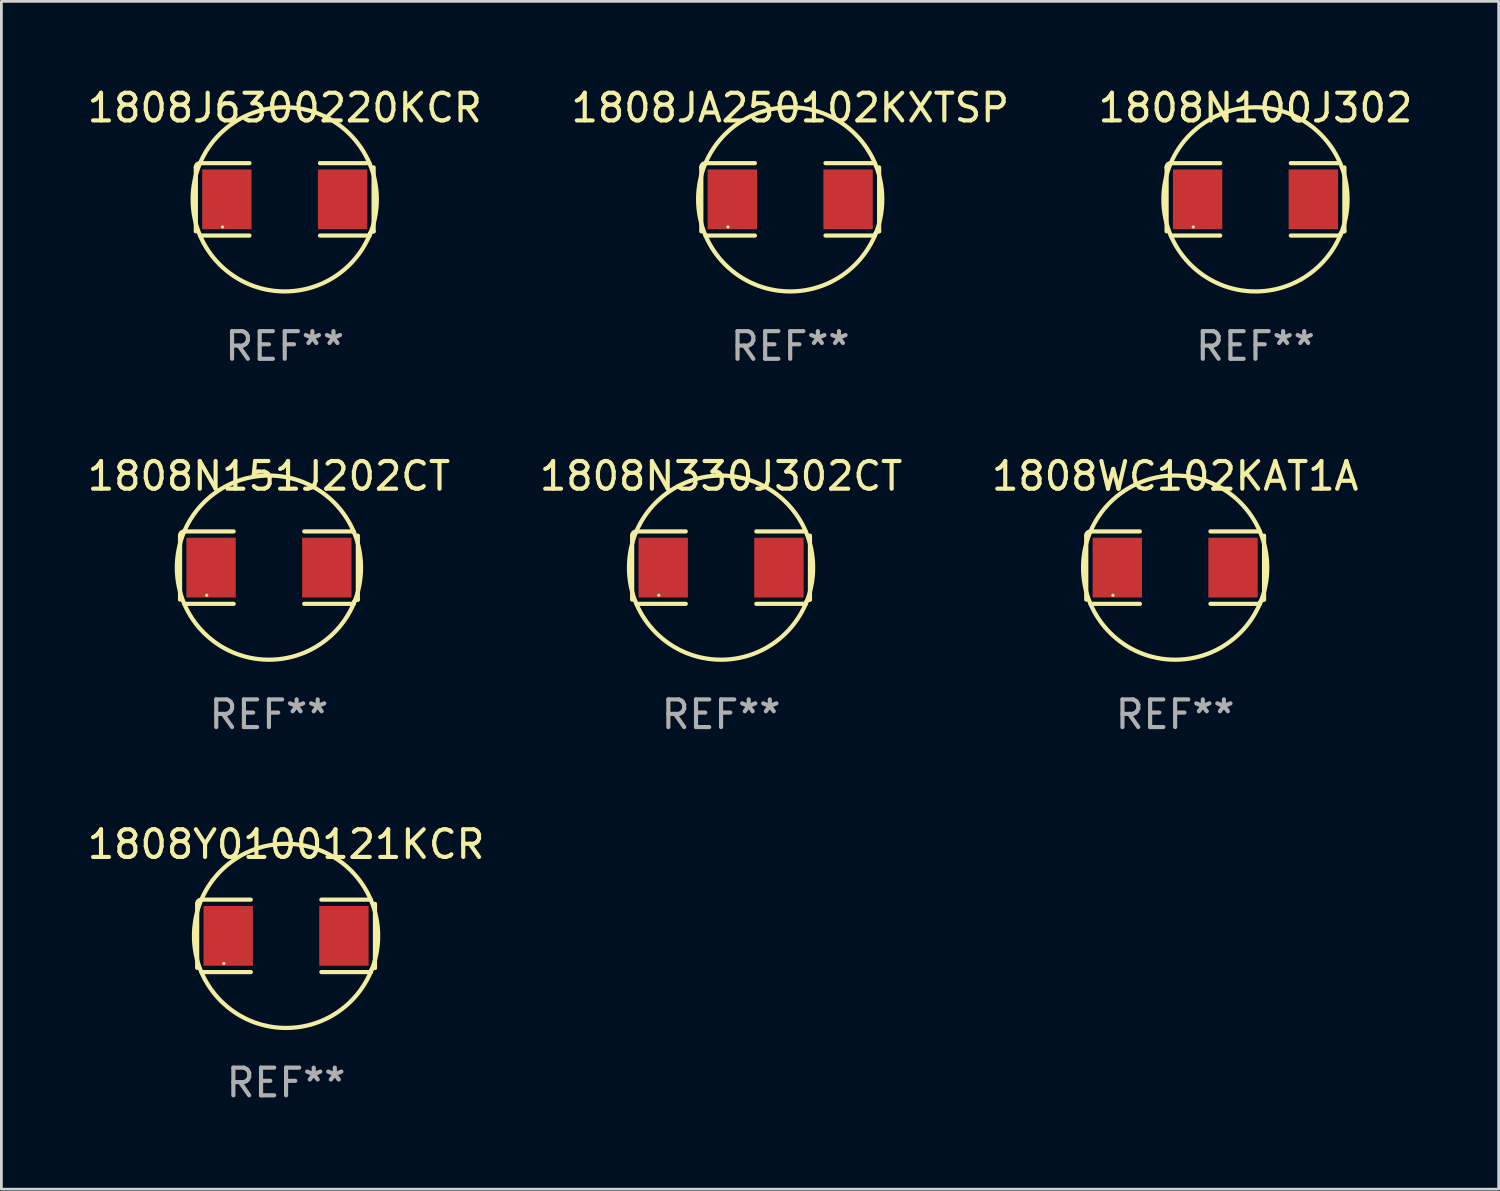
<source format=kicad_pcb>
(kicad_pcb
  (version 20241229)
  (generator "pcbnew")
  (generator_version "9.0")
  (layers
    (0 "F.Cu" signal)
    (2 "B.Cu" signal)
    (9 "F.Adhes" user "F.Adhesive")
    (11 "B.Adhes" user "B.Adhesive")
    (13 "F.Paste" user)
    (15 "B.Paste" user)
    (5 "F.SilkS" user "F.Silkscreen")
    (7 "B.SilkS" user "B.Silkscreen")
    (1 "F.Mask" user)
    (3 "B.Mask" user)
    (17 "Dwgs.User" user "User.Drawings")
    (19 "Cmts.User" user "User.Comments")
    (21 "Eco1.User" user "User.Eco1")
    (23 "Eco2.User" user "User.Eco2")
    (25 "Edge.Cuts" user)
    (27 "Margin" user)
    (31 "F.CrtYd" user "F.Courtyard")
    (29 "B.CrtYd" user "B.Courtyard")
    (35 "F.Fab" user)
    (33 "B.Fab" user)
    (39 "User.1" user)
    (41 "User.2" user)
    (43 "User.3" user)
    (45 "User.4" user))
  (footprint "1808WC102KAT1A"
    (layer "F.Cu")
    (at 39.435 17.471)
    (property "Reference" "1808WC102KAT1A" (at 0 -3.309 0) (layer "F.SilkS") (effects (font (size 1 1) (thickness 0.15))))
    (attr through_hole)
    (fp_line (start -3.214 -1.156) (end -3.214 1.156) (stroke (width 0.152) (type solid)) (layer "F.SilkS"))
    (fp_line (start -3.061 1.309) (end -1.276 1.309) (stroke (width 0.152) (type solid)) (layer "F.SilkS"))
    (fp_line (start -1.276 -1.309) (end -3.061 -1.309) (stroke (width 0.152) (type solid)) (layer "F.SilkS"))
    (fp_line (start 1.276 -1.309) (end 3.061 -1.309) (stroke (width 0.152) (type solid)) (layer "F.SilkS"))
    (fp_line (start 3.061 1.309) (end 1.276 1.309) (stroke (width 0.152) (type solid)) (layer "F.SilkS"))
    (fp_line (start 3.214 -1.156) (end 3.214 1.156) (stroke (width 0.152) (type solid)) (layer "F.SilkS"))
    (fp_arc (start -3.21359 -1.15621) (mid -3.168953 -1.263974) (end -3.061189 -1.308611) (stroke (width 0.1524) (type solid)) (layer "F.SilkS"))
    (fp_arc (start 3.061188 1.308611) (mid 3.105825 1.200847) (end 3.213589 1.15621) (stroke (width 0.1524) (type solid)) (layer "F.SilkS"))
    (fp_arc (start 3.061189 -1.308611) (mid -3.061167 1.308589) (end 3.061189 -1.308611) (stroke (width 0.1524) (type solid)) (layer "F.SilkS"))
    (fp_circle (center -2.25 1) (end -2.22 1) (stroke (width 0.06) (type solid)) (fill no) (layer "F.SilkS"))
    (fp_text user "REF**" (at 0 5.309 0) (layer "F.Fab") (effects (font (size 1 1) (thickness 0.15))))
    (pad "1" smd rect (at -2.092 0) (size 1.785 2.16) (layers "F.Cu" "F.Mask" "F.Paste"))
    (pad "2" smd rect (at 2.092 0) (size 1.785 2.16) (layers "F.Cu" "F.Mask" "F.Paste")))
  (footprint "1808JA250102KXTSP"
    (layer "F.Cu")
    (at 25.518 4.157)
    (property "Reference" "1808JA250102KXTSP" (at 0 -3.309 0) (layer "F.SilkS") (effects (font (size 1 1) (thickness 0.15))))
    (attr through_hole)
    (fp_line (start -3.214 -1.156) (end -3.214 1.156) (stroke (width 0.152) (type solid)) (layer "F.SilkS"))
    (fp_line (start -3.061 1.309) (end -1.276 1.309) (stroke (width 0.152) (type solid)) (layer "F.SilkS"))
    (fp_line (start -1.276 -1.309) (end -3.061 -1.309) (stroke (width 0.152) (type solid)) (layer "F.SilkS"))
    (fp_line (start 1.276 -1.309) (end 3.061 -1.309) (stroke (width 0.152) (type solid)) (layer "F.SilkS"))
    (fp_line (start 3.061 1.309) (end 1.276 1.309) (stroke (width 0.152) (type solid)) (layer "F.SilkS"))
    (fp_line (start 3.214 -1.156) (end 3.214 1.156) (stroke (width 0.152) (type solid)) (layer "F.SilkS"))
    (fp_arc (start -3.21359 -1.15621) (mid -3.168953 -1.263974) (end -3.061189 -1.308611) (stroke (width 0.1524) (type solid)) (layer "F.SilkS"))
    (fp_arc (start 3.061188 1.308611) (mid 3.105825 1.200847) (end 3.213589 1.15621) (stroke (width 0.1524) (type solid)) (layer "F.SilkS"))
    (fp_arc (start 3.061189 -1.308611) (mid -3.061167 1.308589) (end 3.061189 -1.308611) (stroke (width 0.1524) (type solid)) (layer "F.SilkS"))
    (fp_circle (center -2.25 1) (end -2.22 1) (stroke (width 0.06) (type solid)) (fill no) (layer "F.SilkS"))
    (fp_text user "REF**" (at 0 5.309 0) (layer "F.Fab") (effects (font (size 1 1) (thickness 0.15))))
    (pad "1" smd rect (at -2.092 0) (size 1.785 2.16) (layers "F.Cu" "F.Mask" "F.Paste"))
    (pad "2" smd rect (at 2.092 0) (size 1.785 2.16) (layers "F.Cu" "F.Mask" "F.Paste")))
  (footprint "1808J6300220KCR"
    (layer "F.Cu")
    (at 7.244 4.157)
    (property "Reference" "1808J6300220KCR" (at 0 -3.309 0) (layer "F.SilkS") (effects (font (size 1 1) (thickness 0.15))))
    (attr through_hole)
    (fp_line (start -3.214 -1.156) (end -3.214 1.156) (stroke (width 0.152) (type solid)) (layer "F.SilkS"))
    (fp_line (start -3.061 1.309) (end -1.276 1.309) (stroke (width 0.152) (type solid)) (layer "F.SilkS"))
    (fp_line (start -1.276 -1.309) (end -3.061 -1.309) (stroke (width 0.152) (type solid)) (layer "F.SilkS"))
    (fp_line (start 1.276 -1.309) (end 3.061 -1.309) (stroke (width 0.152) (type solid)) (layer "F.SilkS"))
    (fp_line (start 3.061 1.309) (end 1.276 1.309) (stroke (width 0.152) (type solid)) (layer "F.SilkS"))
    (fp_line (start 3.214 -1.156) (end 3.214 1.156) (stroke (width 0.152) (type solid)) (layer "F.SilkS"))
    (fp_arc (start -3.21359 -1.15621) (mid -3.168953 -1.263974) (end -3.061189 -1.308611) (stroke (width 0.1524) (type solid)) (layer "F.SilkS"))
    (fp_arc (start 3.061188 1.308611) (mid 3.105825 1.200847) (end 3.213589 1.15621) (stroke (width 0.1524) (type solid)) (layer "F.SilkS"))
    (fp_arc (start 3.061189 -1.308611) (mid -3.061167 1.308589) (end 3.061189 -1.308611) (stroke (width 0.1524) (type solid)) (layer "F.SilkS"))
    (fp_circle (center -2.25 1) (end -2.22 1) (stroke (width 0.06) (type solid)) (fill no) (layer "F.SilkS"))
    (fp_text user "REF**" (at 0 5.309 0) (layer "F.Fab") (effects (font (size 1 1) (thickness 0.15))))
    (pad "1" smd rect (at -2.092 0) (size 1.785 2.16) (layers "F.Cu" "F.Mask" "F.Paste"))
    (pad "2" smd rect (at 2.092 0) (size 1.785 2.16) (layers "F.Cu" "F.Mask" "F.Paste")))
  (footprint "1808N100J302"
    (layer "F.Cu")
    (at 42.339 4.157)
    (property "Reference" "1808N100J302" (at 0 -3.309 0) (layer "F.SilkS") (effects (font (size 1 1) (thickness 0.15))))
    (attr through_hole)
    (fp_line (start -3.214 -1.156) (end -3.214 1.156) (stroke (width 0.152) (type solid)) (layer "F.SilkS"))
    (fp_line (start -3.061 1.309) (end -1.276 1.309) (stroke (width 0.152) (type solid)) (layer "F.SilkS"))
    (fp_line (start -1.276 -1.309) (end -3.061 -1.309) (stroke (width 0.152) (type solid)) (layer "F.SilkS"))
    (fp_line (start 1.276 -1.309) (end 3.061 -1.309) (stroke (width 0.152) (type solid)) (layer "F.SilkS"))
    (fp_line (start 3.061 1.309) (end 1.276 1.309) (stroke (width 0.152) (type solid)) (layer "F.SilkS"))
    (fp_line (start 3.214 -1.156) (end 3.214 1.156) (stroke (width 0.152) (type solid)) (layer "F.SilkS"))
    (fp_arc (start -3.21359 -1.15621) (mid -3.168953 -1.263974) (end -3.061189 -1.308611) (stroke (width 0.1524) (type solid)) (layer "F.SilkS"))
    (fp_arc (start 3.061188 1.308611) (mid 3.105825 1.200847) (end 3.213589 1.15621) (stroke (width 0.1524) (type solid)) (layer "F.SilkS"))
    (fp_arc (start 3.061189 -1.308611) (mid -3.061167 1.308589) (end 3.061189 -1.308611) (stroke (width 0.1524) (type solid)) (layer "F.SilkS"))
    (fp_circle (center -2.25 1) (end -2.22 1) (stroke (width 0.06) (type solid)) (fill no) (layer "F.SilkS"))
    (fp_text user "REF**" (at 0 5.309 0) (layer "F.Fab") (effects (font (size 1 1) (thickness 0.15))))
    (pad "1" smd rect (at -2.092 0) (size 1.785 2.16) (layers "F.Cu" "F.Mask" "F.Paste"))
    (pad "2" smd rect (at 2.092 0) (size 1.785 2.16) (layers "F.Cu" "F.Mask" "F.Paste")))
  (footprint "1808Y0100121KCR"
    (layer "F.Cu")
    (at 7.292 30.784)
    (property "Reference" "1808Y0100121KCR" (at 0 -3.309 0) (layer "F.SilkS") (effects (font (size 1 1) (thickness 0.15))))
    (attr through_hole)
    (fp_line (start -3.214 -1.156) (end -3.214 1.156) (stroke (width 0.152) (type solid)) (layer "F.SilkS"))
    (fp_line (start -3.061 1.309) (end -1.276 1.309) (stroke (width 0.152) (type solid)) (layer "F.SilkS"))
    (fp_line (start -1.276 -1.309) (end -3.061 -1.309) (stroke (width 0.152) (type solid)) (layer "F.SilkS"))
    (fp_line (start 1.276 -1.309) (end 3.061 -1.309) (stroke (width 0.152) (type solid)) (layer "F.SilkS"))
    (fp_line (start 3.061 1.309) (end 1.276 1.309) (stroke (width 0.152) (type solid)) (layer "F.SilkS"))
    (fp_line (start 3.214 -1.156) (end 3.214 1.156) (stroke (width 0.152) (type solid)) (layer "F.SilkS"))
    (fp_arc (start -3.21359 -1.15621) (mid -3.168953 -1.263974) (end -3.061189 -1.308611) (stroke (width 0.1524) (type solid)) (layer "F.SilkS"))
    (fp_arc (start 3.061188 1.308611) (mid 3.105825 1.200847) (end 3.213589 1.15621) (stroke (width 0.1524) (type solid)) (layer "F.SilkS"))
    (fp_arc (start 3.061189 -1.308611) (mid -3.061167 1.308589) (end 3.061189 -1.308611) (stroke (width 0.1524) (type solid)) (layer "F.SilkS"))
    (fp_circle (center -2.25 1) (end -2.22 1) (stroke (width 0.06) (type solid)) (fill no) (layer "F.SilkS"))
    (fp_text user "REF**" (at 0 5.309 0) (layer "F.Fab") (effects (font (size 1 1) (thickness 0.15))))
    (pad "1" smd rect (at -2.092 0) (size 1.785 2.16) (layers "F.Cu" "F.Mask" "F.Paste"))
    (pad "2" smd rect (at 2.092 0) (size 1.785 2.16) (layers "F.Cu" "F.Mask" "F.Paste")))
  (footprint "1808N330J302CT"
    (layer "F.Cu")
    (at 23.018 17.471)
    (property "Reference" "1808N330J302CT" (at 0 -3.309 0) (layer "F.SilkS") (effects (font (size 1 1) (thickness 0.15))))
    (attr through_hole)
    (fp_line (start -3.214 -1.156) (end -3.214 1.156) (stroke (width 0.152) (type solid)) (layer "F.SilkS"))
    (fp_line (start -3.061 1.309) (end -1.276 1.309) (stroke (width 0.152) (type solid)) (layer "F.SilkS"))
    (fp_line (start -1.276 -1.309) (end -3.061 -1.309) (stroke (width 0.152) (type solid)) (layer "F.SilkS"))
    (fp_line (start 1.276 -1.309) (end 3.061 -1.309) (stroke (width 0.152) (type solid)) (layer "F.SilkS"))
    (fp_line (start 3.061 1.309) (end 1.276 1.309) (stroke (width 0.152) (type solid)) (layer "F.SilkS"))
    (fp_line (start 3.214 -1.156) (end 3.214 1.156) (stroke (width 0.152) (type solid)) (layer "F.SilkS"))
    (fp_arc (start -3.21359 -1.15621) (mid -3.168953 -1.263974) (end -3.061189 -1.308611) (stroke (width 0.1524) (type solid)) (layer "F.SilkS"))
    (fp_arc (start 3.061188 1.308611) (mid 3.105825 1.200847) (end 3.213589 1.15621) (stroke (width 0.1524) (type solid)) (layer "F.SilkS"))
    (fp_arc (start 3.061189 -1.308611) (mid -3.061167 1.308589) (end 3.061189 -1.308611) (stroke (width 0.1524) (type solid)) (layer "F.SilkS"))
    (fp_circle (center -2.25 1) (end -2.22 1) (stroke (width 0.06) (type solid)) (fill no) (layer "F.SilkS"))
    (fp_text user "REF**" (at 0 5.309 0) (layer "F.Fab") (effects (font (size 1 1) (thickness 0.15))))
    (pad "1" smd rect (at -2.092 0) (size 1.785 2.16) (layers "F.Cu" "F.Mask" "F.Paste"))
    (pad "2" smd rect (at 2.092 0) (size 1.785 2.16) (layers "F.Cu" "F.Mask" "F.Paste")))
  (footprint "1808N151J202CT"
    (layer "F.Cu")
    (at 6.673 17.471)
    (property "Reference" "1808N151J202CT" (at 0 -3.309 0) (layer "F.SilkS") (effects (font (size 1 1) (thickness 0.15))))
    (attr through_hole)
    (fp_line (start -3.214 -1.156) (end -3.214 1.156) (stroke (width 0.152) (type solid)) (layer "F.SilkS"))
    (fp_line (start -3.061 1.309) (end -1.276 1.309) (stroke (width 0.152) (type solid)) (layer "F.SilkS"))
    (fp_line (start -1.276 -1.309) (end -3.061 -1.309) (stroke (width 0.152) (type solid)) (layer "F.SilkS"))
    (fp_line (start 1.276 -1.309) (end 3.061 -1.309) (stroke (width 0.152) (type solid)) (layer "F.SilkS"))
    (fp_line (start 3.061 1.309) (end 1.276 1.309) (stroke (width 0.152) (type solid)) (layer "F.SilkS"))
    (fp_line (start 3.214 -1.156) (end 3.214 1.156) (stroke (width 0.152) (type solid)) (layer "F.SilkS"))
    (fp_arc (start -3.21359 -1.15621) (mid -3.168953 -1.263974) (end -3.061189 -1.308611) (stroke (width 0.1524) (type solid)) (layer "F.SilkS"))
    (fp_arc (start 3.061188 1.308611) (mid 3.105825 1.200847) (end 3.213589 1.15621) (stroke (width 0.1524) (type solid)) (layer "F.SilkS"))
    (fp_arc (start 3.061189 -1.308611) (mid -3.061167 1.308589) (end 3.061189 -1.308611) (stroke (width 0.1524) (type solid)) (layer "F.SilkS"))
    (fp_circle (center -2.25 1) (end -2.22 1) (stroke (width 0.06) (type solid)) (fill no) (layer "F.SilkS"))
    (fp_text user "REF**" (at 0 5.309 0) (layer "F.Fab") (effects (font (size 1 1) (thickness 0.15))))
    (pad "1" smd rect (at -2.092 0) (size 1.785 2.16) (layers "F.Cu" "F.Mask" "F.Paste"))
    (pad "2" smd rect (at 2.092 0) (size 1.785 2.16) (layers "F.Cu" "F.Mask" "F.Paste")))
  (gr_rect
    (start -3 -3)
    (end 51.131 39.941)
    (stroke (width 0.1) (type default))
    (fill no)
    (layer "Edge.Cuts")))
</source>
